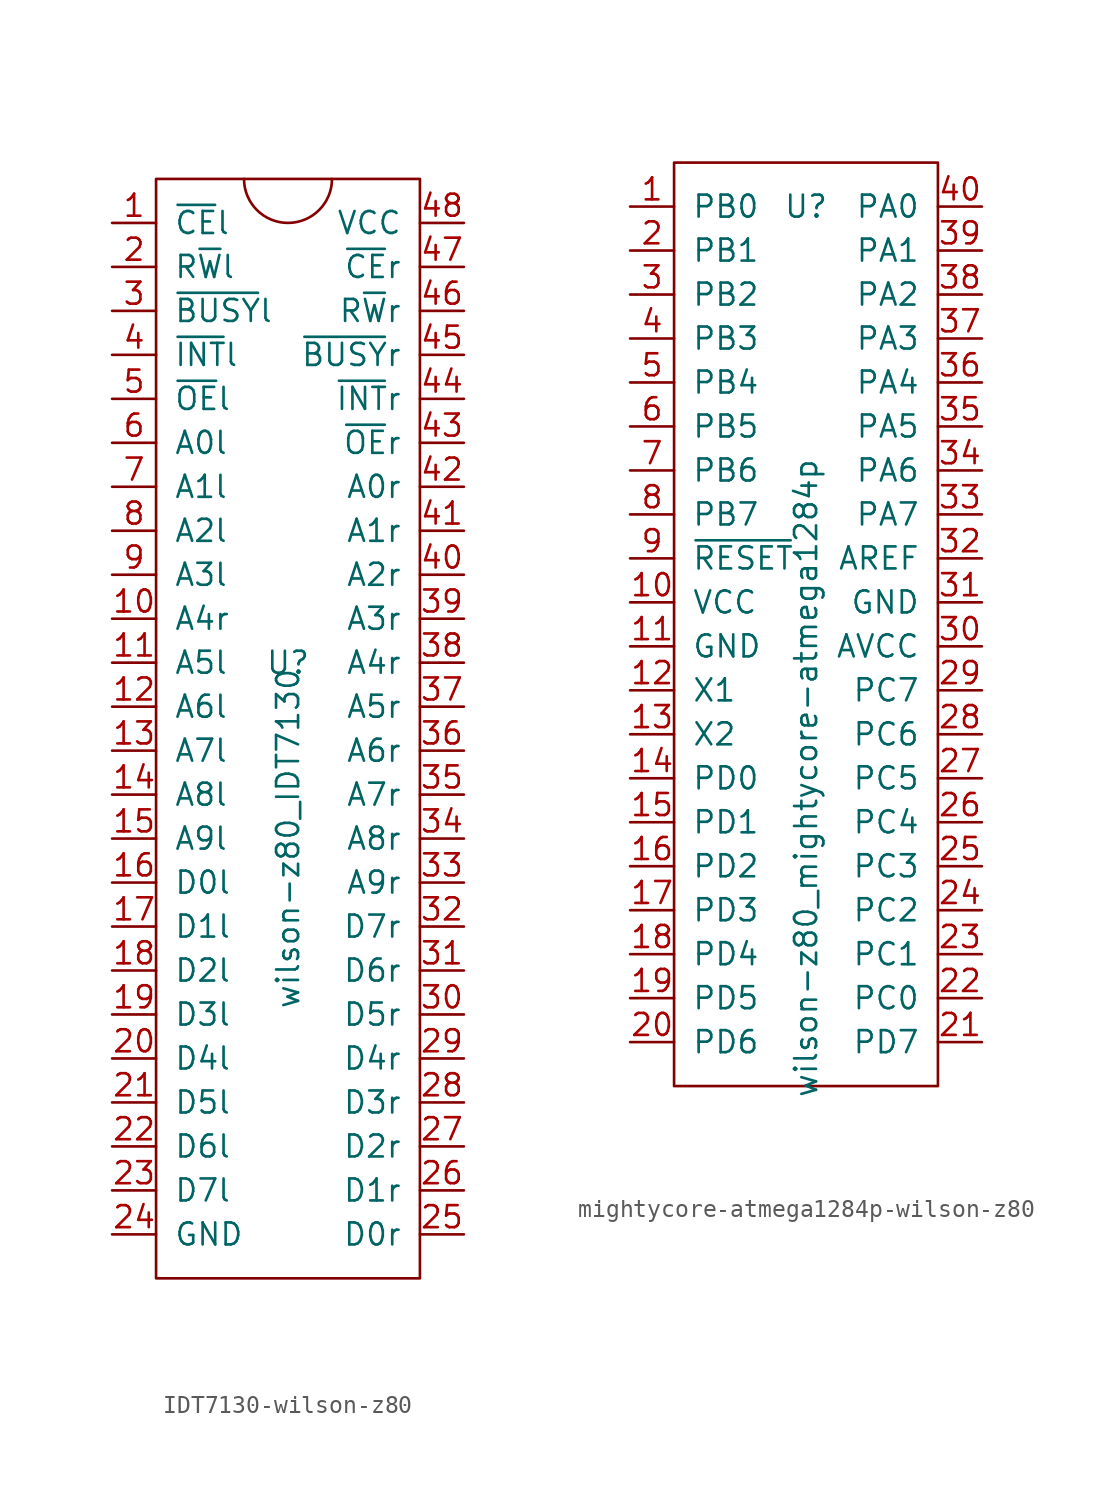
<source format=kicad_sym>
(kicad_symbol_lib
  (version 20220914)
  (generator kicad_symbol_editor)
  (symbol "IDT7130-wilson-z80"
    (pin_names
      (offset 1.016))
    (property "Reference" "U"
      (at 0 2.54 0)
      (effects (font (size 1.27 1.27))))
    (property "Value" "wilson-z80_IDT7130"
      (at 0 -7.62 90)
      (effects (font (size 1.27 1.27))))
    (symbol "IDT7130-wilson-z80_0_1"
      (rectangle (start -7.62 30.48) (end 7.62 -33.02) (stroke (width 0) (type solid)) (fill (type none)))
      (arc (start -2.54 30.48) (mid 0 27.951) (end 2.54 30.48) (stroke (width 0) (type solid)) (fill (type none))))
    (symbol "IDT7130-wilson-z80_1_1"
      (pin input line (at -10.16 27.94 0) (length 2.54) (name "~{CE}l" (effects (font (size 1.27 1.27)))) (number "1" (effects (font (size 1.27 1.27)))))
      (pin input line (at -10.16 5.08 0) (length 2.54) (name "A4r" (effects (font (size 1.27 1.27)))) (number "10" (effects (font (size 1.27 1.27)))))
      (pin input line (at -10.16 2.54 0) (length 2.54) (name "A5l" (effects (font (size 1.27 1.27)))) (number "11" (effects (font (size 1.27 1.27)))))
      (pin input line (at -10.16 0 0) (length 2.54) (name "A6l" (effects (font (size 1.27 1.27)))) (number "12" (effects (font (size 1.27 1.27)))))
      (pin input line (at -10.16 -2.54 0) (length 2.54) (name "A7l" (effects (font (size 1.27 1.27)))) (number "13" (effects (font (size 1.27 1.27)))))
      (pin input line (at -10.16 -5.08 0) (length 2.54) (name "A8l" (effects (font (size 1.27 1.27)))) (number "14" (effects (font (size 1.27 1.27)))))
      (pin input line (at -10.16 -7.62 0) (length 2.54) (name "A9l" (effects (font (size 1.27 1.27)))) (number "15" (effects (font (size 1.27 1.27)))))
      (pin bidirectional line (at -10.16 -10.16 0) (length 2.54) (name "D0l" (effects (font (size 1.27 1.27)))) (number "16" (effects (font (size 1.27 1.27)))))
      (pin bidirectional line (at -10.16 -12.7 0) (length 2.54) (name "D1l" (effects (font (size 1.27 1.27)))) (number "17" (effects (font (size 1.27 1.27)))))
      (pin bidirectional line (at -10.16 -15.24 0) (length 2.54) (name "D2l" (effects (font (size 1.27 1.27)))) (number "18" (effects (font (size 1.27 1.27)))))
      (pin bidirectional line (at -10.16 -17.78 0) (length 2.54) (name "D3l" (effects (font (size 1.27 1.27)))) (number "19" (effects (font (size 1.27 1.27)))))
      (pin input line (at -10.16 25.4 0) (length 2.54) (name "R~{W}l" (effects (font (size 1.27 1.27)))) (number "2" (effects (font (size 1.27 1.27)))))
      (pin bidirectional line (at -10.16 -20.32 0) (length 2.54) (name "D4l" (effects (font (size 1.27 1.27)))) (number "20" (effects (font (size 1.27 1.27)))))
      (pin bidirectional line (at -10.16 -22.86 0) (length 2.54) (name "D5l" (effects (font (size 1.27 1.27)))) (number "21" (effects (font (size 1.27 1.27)))))
      (pin bidirectional line (at -10.16 -25.4 0) (length 2.54) (name "D6l" (effects (font (size 1.27 1.27)))) (number "22" (effects (font (size 1.27 1.27)))))
      (pin bidirectional line (at -10.16 -27.94 0) (length 2.54) (name "D7l" (effects (font (size 1.27 1.27)))) (number "23" (effects (font (size 1.27 1.27)))))
      (pin power_in line (at -10.16 -30.48 0) (length 2.54) (name "GND" (effects (font (size 1.27 1.27)))) (number "24" (effects (font (size 1.27 1.27)))))
      (pin bidirectional line (at 10.16 -30.48 180) (length 2.54) (name "D0r" (effects (font (size 1.27 1.27)))) (number "25" (effects (font (size 1.27 1.27)))))
      (pin bidirectional line (at 10.16 -27.94 180) (length 2.54) (name "D1r" (effects (font (size 1.27 1.27)))) (number "26" (effects (font (size 1.27 1.27)))))
      (pin bidirectional line (at 10.16 -25.4 180) (length 2.54) (name "D2r" (effects (font (size 1.27 1.27)))) (number "27" (effects (font (size 1.27 1.27)))))
      (pin bidirectional line (at 10.16 -22.86 180) (length 2.54) (name "D3r" (effects (font (size 1.27 1.27)))) (number "28" (effects (font (size 1.27 1.27)))))
      (pin bidirectional line (at 10.16 -20.32 180) (length 2.54) (name "D4r" (effects (font (size 1.27 1.27)))) (number "29" (effects (font (size 1.27 1.27)))))
      (pin output line (at -10.16 22.86 0) (length 2.54) (name "~{BUSY}l" (effects (font (size 1.27 1.27)))) (number "3" (effects (font (size 1.27 1.27)))))
      (pin bidirectional line (at 10.16 -17.78 180) (length 2.54) (name "D5r" (effects (font (size 1.27 1.27)))) (number "30" (effects (font (size 1.27 1.27)))))
      (pin bidirectional line (at 10.16 -15.24 180) (length 2.54) (name "D6r" (effects (font (size 1.27 1.27)))) (number "31" (effects (font (size 1.27 1.27)))))
      (pin bidirectional line (at 10.16 -12.7 180) (length 2.54) (name "D7r" (effects (font (size 1.27 1.27)))) (number "32" (effects (font (size 1.27 1.27)))))
      (pin input line (at 10.16 -10.16 180) (length 2.54) (name "A9r" (effects (font (size 1.27 1.27)))) (number "33" (effects (font (size 1.27 1.27)))))
      (pin input line (at 10.16 -7.62 180) (length 2.54) (name "A8r" (effects (font (size 1.27 1.27)))) (number "34" (effects (font (size 1.27 1.27)))))
      (pin input line (at 10.16 -5.08 180) (length 2.54) (name "A7r" (effects (font (size 1.27 1.27)))) (number "35" (effects (font (size 1.27 1.27)))))
      (pin input line (at 10.16 -2.54 180) (length 2.54) (name "A6r" (effects (font (size 1.27 1.27)))) (number "36" (effects (font (size 1.27 1.27)))))
      (pin input line (at 10.16 0 180) (length 2.54) (name "A5r" (effects (font (size 1.27 1.27)))) (number "37" (effects (font (size 1.27 1.27)))))
      (pin input line (at 10.16 2.54 180) (length 2.54) (name "A4r" (effects (font (size 1.27 1.27)))) (number "38" (effects (font (size 1.27 1.27)))))
      (pin input line (at 10.16 5.08 180) (length 2.54) (name "A3r" (effects (font (size 1.27 1.27)))) (number "39" (effects (font (size 1.27 1.27)))))
      (pin output line (at -10.16 20.32 0) (length 2.54) (name "~{INT}l" (effects (font (size 1.27 1.27)))) (number "4" (effects (font (size 1.27 1.27)))))
      (pin input line (at 10.16 7.62 180) (length 2.54) (name "A2r" (effects (font (size 1.27 1.27)))) (number "40" (effects (font (size 1.27 1.27)))))
      (pin input line (at 10.16 10.16 180) (length 2.54) (name "A1r" (effects (font (size 1.27 1.27)))) (number "41" (effects (font (size 1.27 1.27)))))
      (pin input line (at 10.16 12.7 180) (length 2.54) (name "A0r" (effects (font (size 1.27 1.27)))) (number "42" (effects (font (size 1.27 1.27)))))
      (pin input line (at 10.16 15.24 180) (length 2.54) (name "~{OE}r" (effects (font (size 1.27 1.27)))) (number "43" (effects (font (size 1.27 1.27)))))
      (pin output line (at 10.16 17.78 180) (length 2.54) (name "~{INT}r" (effects (font (size 1.27 1.27)))) (number "44" (effects (font (size 1.27 1.27)))))
      (pin output line (at 10.16 20.32 180) (length 2.54) (name "~{BUSY}r" (effects (font (size 1.27 1.27)))) (number "45" (effects (font (size 1.27 1.27)))))
      (pin input line (at 10.16 22.86 180) (length 2.54) (name "R~{W}r" (effects (font (size 1.27 1.27)))) (number "46" (effects (font (size 1.27 1.27)))))
      (pin input line (at 10.16 25.4 180) (length 2.54) (name "~{CE}r" (effects (font (size 1.27 1.27)))) (number "47" (effects (font (size 1.27 1.27)))))
      (pin power_in line (at 10.16 27.94 180) (length 2.54) (name "VCC" (effects (font (size 1.27 1.27)))) (number "48" (effects (font (size 1.27 1.27)))))
      (pin input line (at -10.16 17.78 0) (length 2.54) (name "~{OE}l" (effects (font (size 1.27 1.27)))) (number "5" (effects (font (size 1.27 1.27)))))
      (pin input line (at -10.16 15.24 0) (length 2.54) (name "A0l" (effects (font (size 1.27 1.27)))) (number "6" (effects (font (size 1.27 1.27)))))
      (pin input line (at -10.16 12.7 0) (length 2.54) (name "A1l" (effects (font (size 1.27 1.27)))) (number "7" (effects (font (size 1.27 1.27)))))
      (pin input line (at -10.16 10.16 0) (length 2.54) (name "A2l" (effects (font (size 1.27 1.27)))) (number "8" (effects (font (size 1.27 1.27)))))
      (pin input line (at -10.16 7.62 0) (length 2.54) (name "A3l" (effects (font (size 1.27 1.27)))) (number "9" (effects (font (size 1.27 1.27)))))))
  (symbol "mightycore-atmega1284p-wilson-z80"
    (pin_names
      (offset 1.016))
    (property "Reference" "U"
      (at 0 25.4 0)
      (effects (font (size 1.27 1.27))))
    (property "Value" "wilson-z80_mightycore-atmega1284p"
      (at 0 -7.62 90)
      (effects (font (size 1.27 1.27))))
    (symbol "mightycore-atmega1284p-wilson-z80_0_1"
      (rectangle (start -7.62 27.94) (end 7.62 -25.4) (stroke (width 0) (type solid)) (fill (type none))))
    (symbol "mightycore-atmega1284p-wilson-z80_1_1"
      (pin bidirectional line (at -10.16 25.4 0) (length 2.54) (name "PB0" (effects (font (size 1.27 1.27)))) (number "1" (effects (font (size 1.27 1.27)))))
      (pin power_in line (at -10.16 2.54 0) (length 2.54) (name "VCC" (effects (font (size 1.27 1.27)))) (number "10" (effects (font (size 1.27 1.27)))))
      (pin power_in line (at -10.16 0 0) (length 2.54) (name "GND" (effects (font (size 1.27 1.27)))) (number "11" (effects (font (size 1.27 1.27)))))
      (pin bidirectional line (at -10.16 -2.54 0) (length 2.54) (name "X1" (effects (font (size 1.27 1.27)))) (number "12" (effects (font (size 1.27 1.27)))))
      (pin bidirectional line (at -10.16 -5.08 0) (length 2.54) (name "X2" (effects (font (size 1.27 1.27)))) (number "13" (effects (font (size 1.27 1.27)))))
      (pin bidirectional line (at -10.16 -7.62 0) (length 2.54) (name "PD0" (effects (font (size 1.27 1.27)))) (number "14" (effects (font (size 1.27 1.27)))))
      (pin bidirectional line (at -10.16 -10.16 0) (length 2.54) (name "PD1" (effects (font (size 1.27 1.27)))) (number "15" (effects (font (size 1.27 1.27)))))
      (pin bidirectional line (at -10.16 -12.7 0) (length 2.54) (name "PD2" (effects (font (size 1.27 1.27)))) (number "16" (effects (font (size 1.27 1.27)))))
      (pin bidirectional line (at -10.16 -15.24 0) (length 2.54) (name "PD3" (effects (font (size 1.27 1.27)))) (number "17" (effects (font (size 1.27 1.27)))))
      (pin bidirectional line (at -10.16 -17.78 0) (length 2.54) (name "PD4" (effects (font (size 1.27 1.27)))) (number "18" (effects (font (size 1.27 1.27)))))
      (pin bidirectional line (at -10.16 -20.32 0) (length 2.54) (name "PD5" (effects (font (size 1.27 1.27)))) (number "19" (effects (font (size 1.27 1.27)))))
      (pin bidirectional line (at -10.16 22.86 0) (length 2.54) (name "PB1" (effects (font (size 1.27 1.27)))) (number "2" (effects (font (size 1.27 1.27)))))
      (pin bidirectional line (at -10.16 -22.86 0) (length 2.54) (name "PD6" (effects (font (size 1.27 1.27)))) (number "20" (effects (font (size 1.27 1.27)))))
      (pin bidirectional line (at 10.16 -22.86 180) (length 2.54) (name "PD7" (effects (font (size 1.27 1.27)))) (number "21" (effects (font (size 1.27 1.27)))))
      (pin bidirectional line (at 10.16 -20.32 180) (length 2.54) (name "PC0" (effects (font (size 1.27 1.27)))) (number "22" (effects (font (size 1.27 1.27)))))
      (pin bidirectional line (at 10.16 -17.78 180) (length 2.54) (name "PC1" (effects (font (size 1.27 1.27)))) (number "23" (effects (font (size 1.27 1.27)))))
      (pin bidirectional line (at 10.16 -15.24 180) (length 2.54) (name "PC2" (effects (font (size 1.27 1.27)))) (number "24" (effects (font (size 1.27 1.27)))))
      (pin bidirectional line (at 10.16 -12.7 180) (length 2.54) (name "PC3" (effects (font (size 1.27 1.27)))) (number "25" (effects (font (size 1.27 1.27)))))
      (pin bidirectional line (at 10.16 -10.16 180) (length 2.54) (name "PC4" (effects (font (size 1.27 1.27)))) (number "26" (effects (font (size 1.27 1.27)))))
      (pin bidirectional line (at 10.16 -7.62 180) (length 2.54) (name "PC5" (effects (font (size 1.27 1.27)))) (number "27" (effects (font (size 1.27 1.27)))))
      (pin bidirectional line (at 10.16 -5.08 180) (length 2.54) (name "PC6" (effects (font (size 1.27 1.27)))) (number "28" (effects (font (size 1.27 1.27)))))
      (pin bidirectional line (at 10.16 -2.54 180) (length 2.54) (name "PC7" (effects (font (size 1.27 1.27)))) (number "29" (effects (font (size 1.27 1.27)))))
      (pin bidirectional line (at -10.16 20.32 0) (length 2.54) (name "PB2" (effects (font (size 1.27 1.27)))) (number "3" (effects (font (size 1.27 1.27)))))
      (pin power_in line (at 10.16 0 180) (length 2.54) (name "AVCC" (effects (font (size 1.27 1.27)))) (number "30" (effects (font (size 1.27 1.27)))))
      (pin power_in line (at 10.16 2.54 180) (length 2.54) (name "GND" (effects (font (size 1.27 1.27)))) (number "31" (effects (font (size 1.27 1.27)))))
      (pin power_in line (at 10.16 5.08 180) (length 2.54) (name "AREF" (effects (font (size 1.27 1.27)))) (number "32" (effects (font (size 1.27 1.27)))))
      (pin bidirectional line (at 10.16 7.62 180) (length 2.54) (name "PA7" (effects (font (size 1.27 1.27)))) (number "33" (effects (font (size 1.27 1.27)))))
      (pin bidirectional line (at 10.16 10.16 180) (length 2.54) (name "PA6" (effects (font (size 1.27 1.27)))) (number "34" (effects (font (size 1.27 1.27)))))
      (pin bidirectional line (at 10.16 12.7 180) (length 2.54) (name "PA5" (effects (font (size 1.27 1.27)))) (number "35" (effects (font (size 1.27 1.27)))))
      (pin bidirectional line (at 10.16 15.24 180) (length 2.54) (name "PA4" (effects (font (size 1.27 1.27)))) (number "36" (effects (font (size 1.27 1.27)))))
      (pin bidirectional line (at 10.16 17.78 180) (length 2.54) (name "PA3" (effects (font (size 1.27 1.27)))) (number "37" (effects (font (size 1.27 1.27)))))
      (pin bidirectional line (at 10.16 20.32 180) (length 2.54) (name "PA2" (effects (font (size 1.27 1.27)))) (number "38" (effects (font (size 1.27 1.27)))))
      (pin bidirectional line (at 10.16 22.86 180) (length 2.54) (name "PA1" (effects (font (size 1.27 1.27)))) (number "39" (effects (font (size 1.27 1.27)))))
      (pin bidirectional line (at -10.16 17.78 0) (length 2.54) (name "PB3" (effects (font (size 1.27 1.27)))) (number "4" (effects (font (size 1.27 1.27)))))
      (pin bidirectional line (at 10.16 25.4 180) (length 2.54) (name "PA0" (effects (font (size 1.27 1.27)))) (number "40" (effects (font (size 1.27 1.27)))))
      (pin bidirectional line (at -10.16 15.24 0) (length 2.54) (name "PB4" (effects (font (size 1.27 1.27)))) (number "5" (effects (font (size 1.27 1.27)))))
      (pin bidirectional line (at -10.16 12.7 0) (length 2.54) (name "PB5" (effects (font (size 1.27 1.27)))) (number "6" (effects (font (size 1.27 1.27)))))
      (pin bidirectional line (at -10.16 10.16 0) (length 2.54) (name "PB6" (effects (font (size 1.27 1.27)))) (number "7" (effects (font (size 1.27 1.27)))))
      (pin bidirectional line (at -10.16 7.62 0) (length 2.54) (name "PB7" (effects (font (size 1.27 1.27)))) (number "8" (effects (font (size 1.27 1.27)))))
      (pin input line (at -10.16 5.08 0) (length 2.54) (name "~{RESET}" (effects (font (size 1.27 1.27)))) (number "9" (effects (font (size 1.27 1.27))))))))
</source>
